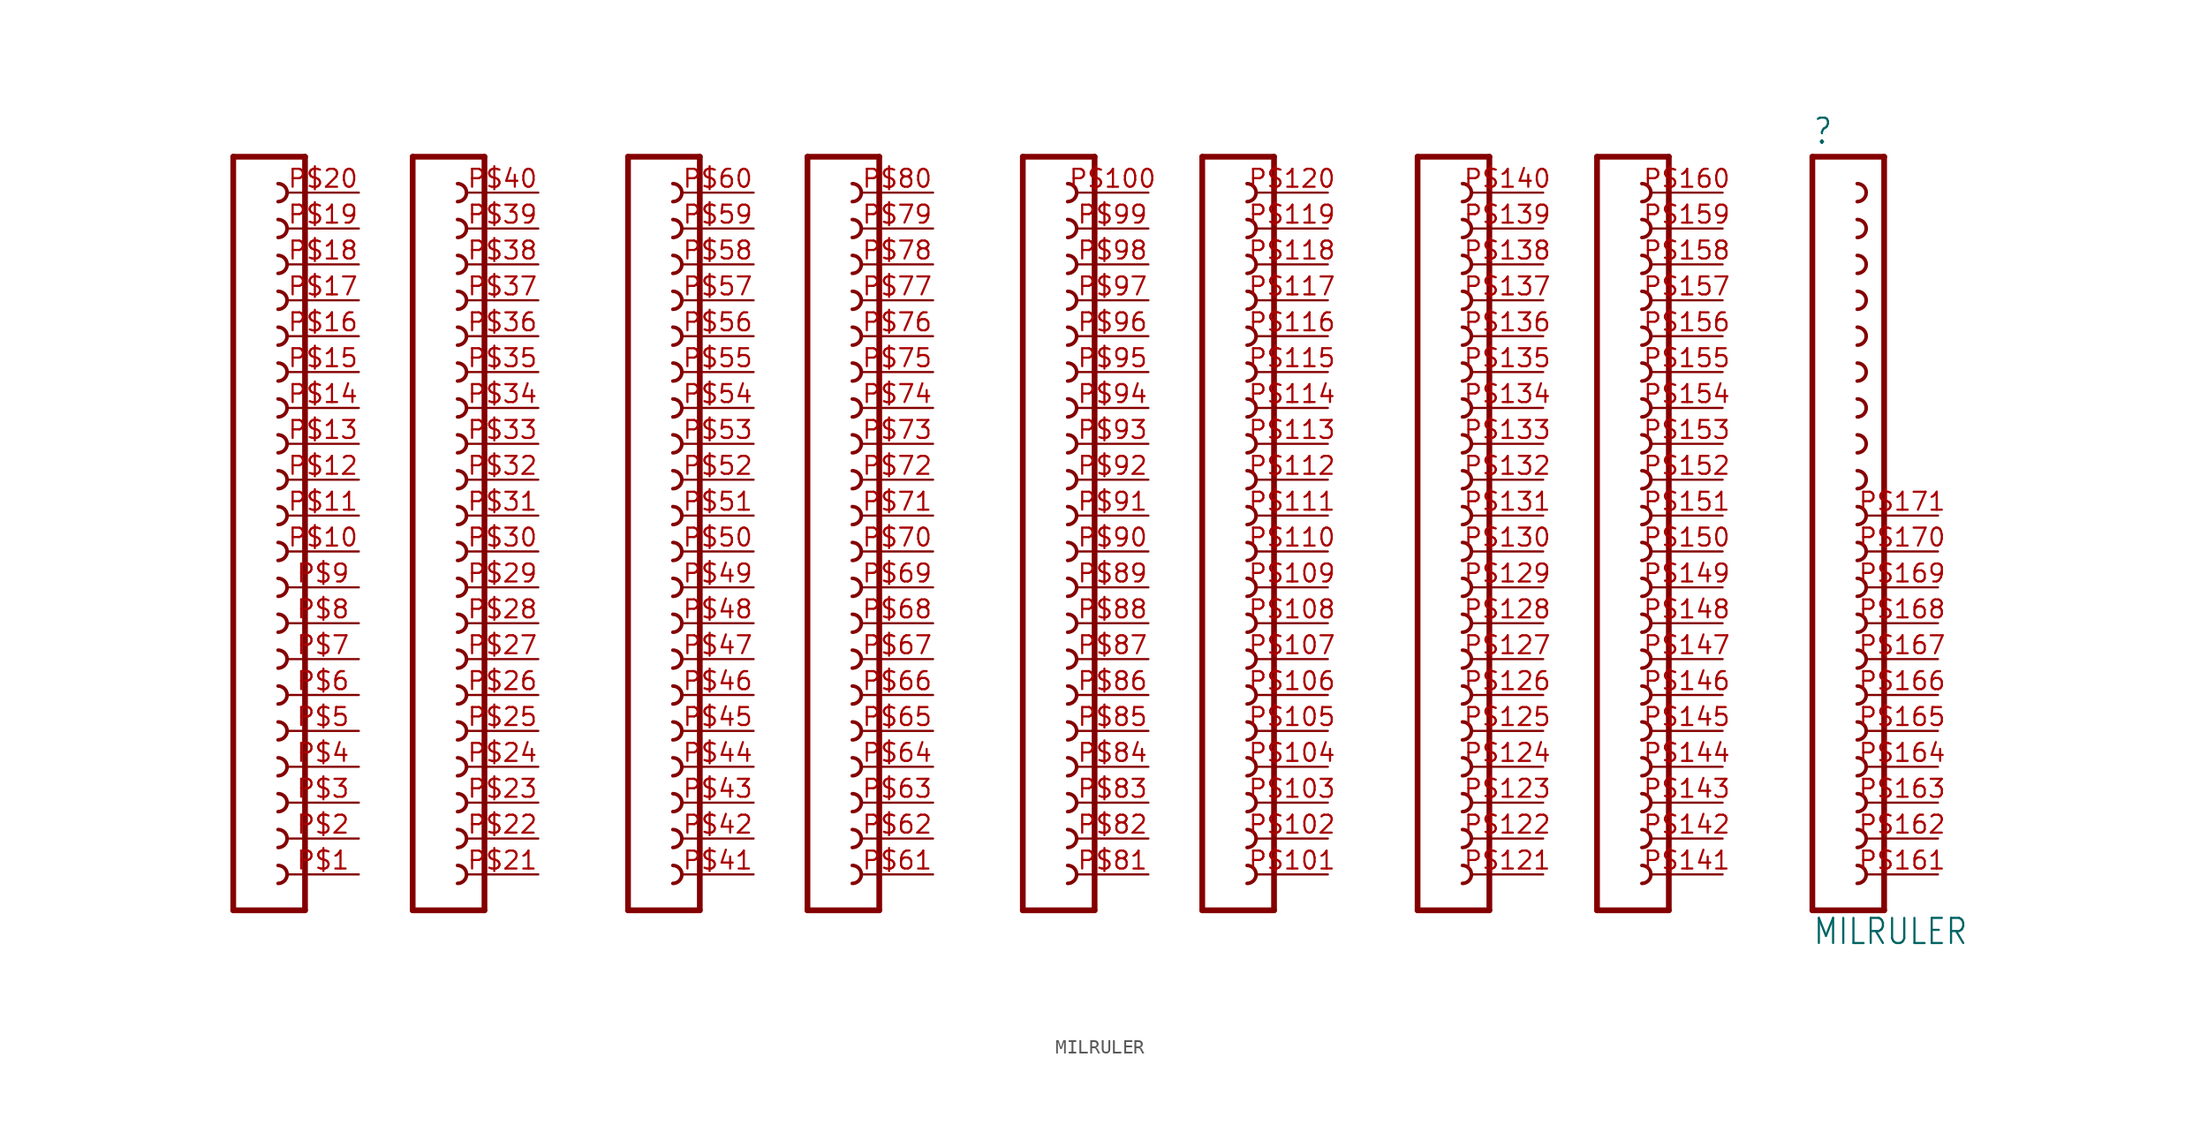
<source format=kicad_sym>
(kicad_symbol_lib
  (version 20211014)
  (generator kicad_symbol_editor)
  (symbol "MILRULER"
    (property "Reference" ""
      (at 107.95 28.702 0)
      (effects (font (size 1.778 1.511)) (justify left bottom)))
    (property "Value" "MILRULER"
      (at 107.95 -27.94 0)
      (effects (font (size 1.778 1.511)) (justify left bottom)))
    (property "ki_locked" ""
      (at 0 0 0)
      (effects (font (size 1.27 1.27))))
    (symbol "MILRULER_1_0"
      (arc (start -0.635 -23.495) (mid 0 -22.86) (end -0.635 -22.225) (stroke (width 0.254) (type default) (color 0 0 0 0)) (fill (type none)))
      (arc (start -0.635 -20.955) (mid 0 -20.32) (end -0.635 -19.685) (stroke (width 0.254) (type default) (color 0 0 0 0)) (fill (type none)))
      (arc (start -0.635 -18.415) (mid 0 -17.78) (end -0.635 -17.145) (stroke (width 0.254) (type default) (color 0 0 0 0)) (fill (type none)))
      (arc (start -0.635 -15.875) (mid 0 -15.24) (end -0.635 -14.605) (stroke (width 0.254) (type default) (color 0 0 0 0)) (fill (type none)))
      (arc (start -0.635 -13.335) (mid 0 -12.7) (end -0.635 -12.065) (stroke (width 0.254) (type default) (color 0 0 0 0)) (fill (type none)))
      (arc (start -0.635 -10.795) (mid 0 -10.16) (end -0.635 -9.525) (stroke (width 0.254) (type default) (color 0 0 0 0)) (fill (type none)))
      (arc (start -0.635 -8.255) (mid 0 -7.62) (end -0.635 -6.985) (stroke (width 0.254) (type default) (color 0 0 0 0)) (fill (type none)))
      (arc (start -0.635 -5.715) (mid 0 -5.08) (end -0.635 -4.445) (stroke (width 0.254) (type default) (color 0 0 0 0)) (fill (type none)))
      (arc (start -0.635 -3.175) (mid 0 -2.54) (end -0.635 -1.905) (stroke (width 0.254) (type default) (color 0 0 0 0)) (fill (type none)))
      (arc (start -0.635 -0.635) (mid 0 0) (end -0.635 0.635) (stroke (width 0.254) (type default) (color 0 0 0 0)) (fill (type none)))
      (arc (start -0.635 1.905) (mid 0 2.54) (end -0.635 3.175) (stroke (width 0.254) (type default) (color 0 0 0 0)) (fill (type none)))
      (arc (start -0.635 4.445) (mid 0 5.08) (end -0.635 5.715) (stroke (width 0.254) (type default) (color 0 0 0 0)) (fill (type none)))
      (arc (start -0.635 6.985) (mid 0 7.62) (end -0.635 8.255) (stroke (width 0.254) (type default) (color 0 0 0 0)) (fill (type none)))
      (arc (start -0.635 9.525) (mid 0 10.16) (end -0.635 10.795) (stroke (width 0.254) (type default) (color 0 0 0 0)) (fill (type none)))
      (arc (start -0.635 12.065) (mid 0 12.7) (end -0.635 13.335) (stroke (width 0.254) (type default) (color 0 0 0 0)) (fill (type none)))
      (arc (start -0.635 14.605) (mid 0 15.24) (end -0.635 15.875) (stroke (width 0.254) (type default) (color 0 0 0 0)) (fill (type none)))
      (arc (start -0.635 17.145) (mid 0 17.78) (end -0.635 18.415) (stroke (width 0.254) (type default) (color 0 0 0 0)) (fill (type none)))
      (arc (start -0.635 19.685) (mid 0 20.32) (end -0.635 20.955) (stroke (width 0.254) (type default) (color 0 0 0 0)) (fill (type none)))
      (arc (start -0.635 22.225) (mid 0 22.86) (end -0.635 23.495) (stroke (width 0.254) (type default) (color 0 0 0 0)) (fill (type none)))
      (arc (start -0.635 24.765) (mid 0 25.4) (end -0.635 26.035) (stroke (width 0.254) (type default) (color 0 0 0 0)) (fill (type none)))
      (polyline (pts (xy -3.81 27.94) (xy -3.81 -25.4)) (stroke (width 0.406) (type default) (color 0 0 0 0)) (fill (type none)))
      (polyline (pts (xy -3.81 27.94) (xy 1.27 27.94)) (stroke (width 0.406) (type default) (color 0 0 0 0)) (fill (type none)))
      (polyline (pts (xy 1.27 -25.4) (xy -3.81 -25.4)) (stroke (width 0.406) (type default) (color 0 0 0 0)) (fill (type none)))
      (polyline (pts (xy 1.27 -25.4) (xy 1.27 27.94)) (stroke (width 0.406) (type default) (color 0 0 0 0)) (fill (type none)))
      (polyline (pts (xy 8.89 27.94) (xy 8.89 -25.4)) (stroke (width 0.406) (type default) (color 0 0 0 0)) (fill (type none)))
      (polyline (pts (xy 8.89 27.94) (xy 13.97 27.94)) (stroke (width 0.406) (type default) (color 0 0 0 0)) (fill (type none)))
      (polyline (pts (xy 13.97 -25.4) (xy 8.89 -25.4)) (stroke (width 0.406) (type default) (color 0 0 0 0)) (fill (type none)))
      (polyline (pts (xy 13.97 -25.4) (xy 13.97 27.94)) (stroke (width 0.406) (type default) (color 0 0 0 0)) (fill (type none)))
      (polyline (pts (xy 24.13 27.94) (xy 24.13 -25.4)) (stroke (width 0.406) (type default) (color 0 0 0 0)) (fill (type none)))
      (polyline (pts (xy 24.13 27.94) (xy 29.21 27.94)) (stroke (width 0.406) (type default) (color 0 0 0 0)) (fill (type none)))
      (polyline (pts (xy 29.21 -25.4) (xy 24.13 -25.4)) (stroke (width 0.406) (type default) (color 0 0 0 0)) (fill (type none)))
      (polyline (pts (xy 29.21 -25.4) (xy 29.21 27.94)) (stroke (width 0.406) (type default) (color 0 0 0 0)) (fill (type none)))
      (polyline (pts (xy 36.83 27.94) (xy 36.83 -25.4)) (stroke (width 0.406) (type default) (color 0 0 0 0)) (fill (type none)))
      (polyline (pts (xy 36.83 27.94) (xy 41.91 27.94)) (stroke (width 0.406) (type default) (color 0 0 0 0)) (fill (type none)))
      (polyline (pts (xy 41.91 -25.4) (xy 36.83 -25.4)) (stroke (width 0.406) (type default) (color 0 0 0 0)) (fill (type none)))
      (polyline (pts (xy 41.91 -25.4) (xy 41.91 27.94)) (stroke (width 0.406) (type default) (color 0 0 0 0)) (fill (type none)))
      (polyline (pts (xy 52.07 27.94) (xy 52.07 -25.4)) (stroke (width 0.406) (type default) (color 0 0 0 0)) (fill (type none)))
      (polyline (pts (xy 52.07 27.94) (xy 57.15 27.94)) (stroke (width 0.406) (type default) (color 0 0 0 0)) (fill (type none)))
      (polyline (pts (xy 57.15 -25.4) (xy 52.07 -25.4)) (stroke (width 0.406) (type default) (color 0 0 0 0)) (fill (type none)))
      (polyline (pts (xy 57.15 -25.4) (xy 57.15 27.94)) (stroke (width 0.406) (type default) (color 0 0 0 0)) (fill (type none)))
      (polyline (pts (xy 64.77 27.94) (xy 64.77 -25.4)) (stroke (width 0.406) (type default) (color 0 0 0 0)) (fill (type none)))
      (polyline (pts (xy 64.77 27.94) (xy 69.85 27.94)) (stroke (width 0.406) (type default) (color 0 0 0 0)) (fill (type none)))
      (polyline (pts (xy 69.85 -25.4) (xy 64.77 -25.4)) (stroke (width 0.406) (type default) (color 0 0 0 0)) (fill (type none)))
      (polyline (pts (xy 69.85 -25.4) (xy 69.85 27.94)) (stroke (width 0.406) (type default) (color 0 0 0 0)) (fill (type none)))
      (polyline (pts (xy 80.01 27.94) (xy 80.01 -25.4)) (stroke (width 0.406) (type default) (color 0 0 0 0)) (fill (type none)))
      (polyline (pts (xy 80.01 27.94) (xy 85.09 27.94)) (stroke (width 0.406) (type default) (color 0 0 0 0)) (fill (type none)))
      (polyline (pts (xy 85.09 -25.4) (xy 80.01 -25.4)) (stroke (width 0.406) (type default) (color 0 0 0 0)) (fill (type none)))
      (polyline (pts (xy 85.09 -25.4) (xy 85.09 27.94)) (stroke (width 0.406) (type default) (color 0 0 0 0)) (fill (type none)))
      (polyline (pts (xy 92.71 27.94) (xy 92.71 -25.4)) (stroke (width 0.406) (type default) (color 0 0 0 0)) (fill (type none)))
      (polyline (pts (xy 92.71 27.94) (xy 97.79 27.94)) (stroke (width 0.406) (type default) (color 0 0 0 0)) (fill (type none)))
      (polyline (pts (xy 97.79 -25.4) (xy 92.71 -25.4)) (stroke (width 0.406) (type default) (color 0 0 0 0)) (fill (type none)))
      (polyline (pts (xy 97.79 -25.4) (xy 97.79 27.94)) (stroke (width 0.406) (type default) (color 0 0 0 0)) (fill (type none)))
      (polyline (pts (xy 107.95 27.94) (xy 107.95 -25.4)) (stroke (width 0.406) (type default) (color 0 0 0 0)) (fill (type none)))
      (polyline (pts (xy 107.95 27.94) (xy 113.03 27.94)) (stroke (width 0.406) (type default) (color 0 0 0 0)) (fill (type none)))
      (polyline (pts (xy 113.03 -25.4) (xy 107.95 -25.4)) (stroke (width 0.406) (type default) (color 0 0 0 0)) (fill (type none)))
      (polyline (pts (xy 113.03 -25.4) (xy 113.03 27.94)) (stroke (width 0.406) (type default) (color 0 0 0 0)) (fill (type none)))
      (arc (start 12.065 -23.495) (mid 12.7 -22.86) (end 12.065 -22.225) (stroke (width 0.254) (type default) (color 0 0 0 0)) (fill (type none)))
      (arc (start 12.065 -20.955) (mid 12.7 -20.32) (end 12.065 -19.685) (stroke (width 0.254) (type default) (color 0 0 0 0)) (fill (type none)))
      (arc (start 12.065 -18.415) (mid 12.7 -17.78) (end 12.065 -17.145) (stroke (width 0.254) (type default) (color 0 0 0 0)) (fill (type none)))
      (arc (start 12.065 -15.875) (mid 12.7 -15.24) (end 12.065 -14.605) (stroke (width 0.254) (type default) (color 0 0 0 0)) (fill (type none)))
      (arc (start 12.065 -13.335) (mid 12.7 -12.7) (end 12.065 -12.065) (stroke (width 0.254) (type default) (color 0 0 0 0)) (fill (type none)))
      (arc (start 12.065 -10.795) (mid 12.7 -10.16) (end 12.065 -9.525) (stroke (width 0.254) (type default) (color 0 0 0 0)) (fill (type none)))
      (arc (start 12.065 -8.255) (mid 12.7 -7.62) (end 12.065 -6.985) (stroke (width 0.254) (type default) (color 0 0 0 0)) (fill (type none)))
      (arc (start 12.065 -5.715) (mid 12.7 -5.08) (end 12.065 -4.445) (stroke (width 0.254) (type default) (color 0 0 0 0)) (fill (type none)))
      (arc (start 12.065 -3.175) (mid 12.7 -2.54) (end 12.065 -1.905) (stroke (width 0.254) (type default) (color 0 0 0 0)) (fill (type none)))
      (arc (start 12.065 -0.635) (mid 12.7 0) (end 12.065 0.635) (stroke (width 0.254) (type default) (color 0 0 0 0)) (fill (type none)))
      (arc (start 12.065 1.905) (mid 12.7 2.54) (end 12.065 3.175) (stroke (width 0.254) (type default) (color 0 0 0 0)) (fill (type none)))
      (arc (start 12.065 4.445) (mid 12.7 5.08) (end 12.065 5.715) (stroke (width 0.254) (type default) (color 0 0 0 0)) (fill (type none)))
      (arc (start 12.065 6.985) (mid 12.7 7.62) (end 12.065 8.255) (stroke (width 0.254) (type default) (color 0 0 0 0)) (fill (type none)))
      (arc (start 12.065 9.525) (mid 12.7 10.16) (end 12.065 10.795) (stroke (width 0.254) (type default) (color 0 0 0 0)) (fill (type none)))
      (arc (start 12.065 12.065) (mid 12.7 12.7) (end 12.065 13.335) (stroke (width 0.254) (type default) (color 0 0 0 0)) (fill (type none)))
      (arc (start 12.065 14.605) (mid 12.7 15.24) (end 12.065 15.875) (stroke (width 0.254) (type default) (color 0 0 0 0)) (fill (type none)))
      (arc (start 12.065 17.145) (mid 12.7 17.78) (end 12.065 18.415) (stroke (width 0.254) (type default) (color 0 0 0 0)) (fill (type none)))
      (arc (start 12.065 19.685) (mid 12.7 20.32) (end 12.065 20.955) (stroke (width 0.254) (type default) (color 0 0 0 0)) (fill (type none)))
      (arc (start 12.065 22.225) (mid 12.7 22.86) (end 12.065 23.495) (stroke (width 0.254) (type default) (color 0 0 0 0)) (fill (type none)))
      (arc (start 12.065 24.765) (mid 12.7 25.4) (end 12.065 26.035) (stroke (width 0.254) (type default) (color 0 0 0 0)) (fill (type none)))
      (arc (start 27.305 -23.495) (mid 27.94 -22.86) (end 27.305 -22.225) (stroke (width 0.254) (type default) (color 0 0 0 0)) (fill (type none)))
      (arc (start 27.305 -20.955) (mid 27.94 -20.32) (end 27.305 -19.685) (stroke (width 0.254) (type default) (color 0 0 0 0)) (fill (type none)))
      (arc (start 27.305 -18.415) (mid 27.94 -17.78) (end 27.305 -17.145) (stroke (width 0.254) (type default) (color 0 0 0 0)) (fill (type none)))
      (arc (start 27.305 -15.875) (mid 27.94 -15.24) (end 27.305 -14.605) (stroke (width 0.254) (type default) (color 0 0 0 0)) (fill (type none)))
      (arc (start 27.305 -13.335) (mid 27.94 -12.7) (end 27.305 -12.065) (stroke (width 0.254) (type default) (color 0 0 0 0)) (fill (type none)))
      (arc (start 27.305 -10.795) (mid 27.94 -10.16) (end 27.305 -9.525) (stroke (width 0.254) (type default) (color 0 0 0 0)) (fill (type none)))
      (arc (start 27.305 -8.255) (mid 27.94 -7.62) (end 27.305 -6.985) (stroke (width 0.254) (type default) (color 0 0 0 0)) (fill (type none)))
      (arc (start 27.305 -5.715) (mid 27.94 -5.08) (end 27.305 -4.445) (stroke (width 0.254) (type default) (color 0 0 0 0)) (fill (type none)))
      (arc (start 27.305 -3.175) (mid 27.94 -2.54) (end 27.305 -1.905) (stroke (width 0.254) (type default) (color 0 0 0 0)) (fill (type none)))
      (arc (start 27.305 -0.635) (mid 27.94 0) (end 27.305 0.635) (stroke (width 0.254) (type default) (color 0 0 0 0)) (fill (type none)))
      (arc (start 27.305 1.905) (mid 27.94 2.54) (end 27.305 3.175) (stroke (width 0.254) (type default) (color 0 0 0 0)) (fill (type none)))
      (arc (start 27.305 4.445) (mid 27.94 5.08) (end 27.305 5.715) (stroke (width 0.254) (type default) (color 0 0 0 0)) (fill (type none)))
      (arc (start 27.305 6.985) (mid 27.94 7.62) (end 27.305 8.255) (stroke (width 0.254) (type default) (color 0 0 0 0)) (fill (type none)))
      (arc (start 27.305 9.525) (mid 27.94 10.16) (end 27.305 10.795) (stroke (width 0.254) (type default) (color 0 0 0 0)) (fill (type none)))
      (arc (start 27.305 12.065) (mid 27.94 12.7) (end 27.305 13.335) (stroke (width 0.254) (type default) (color 0 0 0 0)) (fill (type none)))
      (arc (start 27.305 14.605) (mid 27.94 15.24) (end 27.305 15.875) (stroke (width 0.254) (type default) (color 0 0 0 0)) (fill (type none)))
      (arc (start 27.305 17.145) (mid 27.94 17.78) (end 27.305 18.415) (stroke (width 0.254) (type default) (color 0 0 0 0)) (fill (type none)))
      (arc (start 27.305 19.685) (mid 27.94 20.32) (end 27.305 20.955) (stroke (width 0.254) (type default) (color 0 0 0 0)) (fill (type none)))
      (arc (start 27.305 22.225) (mid 27.94 22.86) (end 27.305 23.495) (stroke (width 0.254) (type default) (color 0 0 0 0)) (fill (type none)))
      (arc (start 27.305 24.765) (mid 27.94 25.4) (end 27.305 26.035) (stroke (width 0.254) (type default) (color 0 0 0 0)) (fill (type none)))
      (arc (start 40.005 -23.495) (mid 40.64 -22.86) (end 40.005 -22.225) (stroke (width 0.254) (type default) (color 0 0 0 0)) (fill (type none)))
      (arc (start 40.005 -20.955) (mid 40.64 -20.32) (end 40.005 -19.685) (stroke (width 0.254) (type default) (color 0 0 0 0)) (fill (type none)))
      (arc (start 40.005 -18.415) (mid 40.64 -17.78) (end 40.005 -17.145) (stroke (width 0.254) (type default) (color 0 0 0 0)) (fill (type none)))
      (arc (start 40.005 -15.875) (mid 40.64 -15.24) (end 40.005 -14.605) (stroke (width 0.254) (type default) (color 0 0 0 0)) (fill (type none)))
      (arc (start 40.005 -13.335) (mid 40.64 -12.7) (end 40.005 -12.065) (stroke (width 0.254) (type default) (color 0 0 0 0)) (fill (type none)))
      (arc (start 40.005 -10.795) (mid 40.64 -10.16) (end 40.005 -9.525) (stroke (width 0.254) (type default) (color 0 0 0 0)) (fill (type none)))
      (arc (start 40.005 -8.255) (mid 40.64 -7.62) (end 40.005 -6.985) (stroke (width 0.254) (type default) (color 0 0 0 0)) (fill (type none)))
      (arc (start 40.005 -5.715) (mid 40.64 -5.08) (end 40.005 -4.445) (stroke (width 0.254) (type default) (color 0 0 0 0)) (fill (type none)))
      (arc (start 40.005 -3.175) (mid 40.64 -2.54) (end 40.005 -1.905) (stroke (width 0.254) (type default) (color 0 0 0 0)) (fill (type none)))
      (arc (start 40.005 -0.635) (mid 40.64 0) (end 40.005 0.635) (stroke (width 0.254) (type default) (color 0 0 0 0)) (fill (type none)))
      (arc (start 40.005 1.905) (mid 40.64 2.54) (end 40.005 3.175) (stroke (width 0.254) (type default) (color 0 0 0 0)) (fill (type none)))
      (arc (start 40.005 4.445) (mid 40.64 5.08) (end 40.005 5.715) (stroke (width 0.254) (type default) (color 0 0 0 0)) (fill (type none)))
      (arc (start 40.005 6.985) (mid 40.64 7.62) (end 40.005 8.255) (stroke (width 0.254) (type default) (color 0 0 0 0)) (fill (type none)))
      (arc (start 40.005 9.525) (mid 40.64 10.16) (end 40.005 10.795) (stroke (width 0.254) (type default) (color 0 0 0 0)) (fill (type none)))
      (arc (start 40.005 12.065) (mid 40.64 12.7) (end 40.005 13.335) (stroke (width 0.254) (type default) (color 0 0 0 0)) (fill (type none)))
      (arc (start 40.005 14.605) (mid 40.64 15.24) (end 40.005 15.875) (stroke (width 0.254) (type default) (color 0 0 0 0)) (fill (type none)))
      (arc (start 40.005 17.145) (mid 40.64 17.78) (end 40.005 18.415) (stroke (width 0.254) (type default) (color 0 0 0 0)) (fill (type none)))
      (arc (start 40.005 19.685) (mid 40.64 20.32) (end 40.005 20.955) (stroke (width 0.254) (type default) (color 0 0 0 0)) (fill (type none)))
      (arc (start 40.005 22.225) (mid 40.64 22.86) (end 40.005 23.495) (stroke (width 0.254) (type default) (color 0 0 0 0)) (fill (type none)))
      (arc (start 40.005 24.765) (mid 40.64 25.4) (end 40.005 26.035) (stroke (width 0.254) (type default) (color 0 0 0 0)) (fill (type none)))
      (arc (start 55.245 -23.495) (mid 55.885 -22.86) (end 55.245 -22.225) (stroke (width 0.254) (type default) (color 0 0 0 0)) (fill (type none)))
      (arc (start 55.245 -20.955) (mid 55.885 -20.32) (end 55.245 -19.685) (stroke (width 0.254) (type default) (color 0 0 0 0)) (fill (type none)))
      (arc (start 55.245 -18.415) (mid 55.885 -17.78) (end 55.245 -17.145) (stroke (width 0.254) (type default) (color 0 0 0 0)) (fill (type none)))
      (arc (start 55.245 -15.875) (mid 55.885 -15.24) (end 55.245 -14.605) (stroke (width 0.254) (type default) (color 0 0 0 0)) (fill (type none)))
      (arc (start 55.245 -13.335) (mid 55.885 -12.7) (end 55.245 -12.065) (stroke (width 0.254) (type default) (color 0 0 0 0)) (fill (type none)))
      (arc (start 55.245 -10.795) (mid 55.885 -10.16) (end 55.245 -9.525) (stroke (width 0.254) (type default) (color 0 0 0 0)) (fill (type none)))
      (arc (start 55.245 -8.255) (mid 55.885 -7.62) (end 55.245 -6.985) (stroke (width 0.254) (type default) (color 0 0 0 0)) (fill (type none)))
      (arc (start 55.245 -5.715) (mid 55.885 -5.08) (end 55.245 -4.445) (stroke (width 0.254) (type default) (color 0 0 0 0)) (fill (type none)))
      (arc (start 55.245 -3.175) (mid 55.885 -2.54) (end 55.245 -1.905) (stroke (width 0.254) (type default) (color 0 0 0 0)) (fill (type none)))
      (arc (start 55.245 -0.635) (mid 55.885 0) (end 55.245 0.635) (stroke (width 0.254) (type default) (color 0 0 0 0)) (fill (type none)))
      (arc (start 55.245 1.905) (mid 55.885 2.54) (end 55.245 3.175) (stroke (width 0.254) (type default) (color 0 0 0 0)) (fill (type none)))
      (arc (start 55.245 4.445) (mid 55.885 5.08) (end 55.245 5.715) (stroke (width 0.254) (type default) (color 0 0 0 0)) (fill (type none)))
      (arc (start 55.245 6.985) (mid 55.885 7.62) (end 55.245 8.255) (stroke (width 0.254) (type default) (color 0 0 0 0)) (fill (type none)))
      (arc (start 55.245 9.525) (mid 55.885 10.16) (end 55.245 10.795) (stroke (width 0.254) (type default) (color 0 0 0 0)) (fill (type none)))
      (arc (start 55.245 12.065) (mid 55.885 12.7) (end 55.245 13.335) (stroke (width 0.254) (type default) (color 0 0 0 0)) (fill (type none)))
      (arc (start 55.245 14.605) (mid 55.885 15.24) (end 55.245 15.875) (stroke (width 0.254) (type default) (color 0 0 0 0)) (fill (type none)))
      (arc (start 55.245 17.145) (mid 55.885 17.78) (end 55.245 18.415) (stroke (width 0.254) (type default) (color 0 0 0 0)) (fill (type none)))
      (arc (start 55.245 19.685) (mid 55.885 20.32) (end 55.245 20.955) (stroke (width 0.254) (type default) (color 0 0 0 0)) (fill (type none)))
      (arc (start 55.245 22.225) (mid 55.885 22.86) (end 55.245 23.495) (stroke (width 0.254) (type default) (color 0 0 0 0)) (fill (type none)))
      (arc (start 55.245 24.765) (mid 55.885 25.4) (end 55.245 26.035) (stroke (width 0.254) (type default) (color 0 0 0 0)) (fill (type none)))
      (arc (start 67.945 -23.495) (mid 68.585 -22.86) (end 67.945 -22.225) (stroke (width 0.254) (type default) (color 0 0 0 0)) (fill (type none)))
      (arc (start 67.945 -20.955) (mid 68.585 -20.32) (end 67.945 -19.685) (stroke (width 0.254) (type default) (color 0 0 0 0)) (fill (type none)))
      (arc (start 67.945 -18.415) (mid 68.585 -17.78) (end 67.945 -17.145) (stroke (width 0.254) (type default) (color 0 0 0 0)) (fill (type none)))
      (arc (start 67.945 -15.875) (mid 68.585 -15.24) (end 67.945 -14.605) (stroke (width 0.254) (type default) (color 0 0 0 0)) (fill (type none)))
      (arc (start 67.945 -13.335) (mid 68.585 -12.7) (end 67.945 -12.065) (stroke (width 0.254) (type default) (color 0 0 0 0)) (fill (type none)))
      (arc (start 67.945 -10.795) (mid 68.585 -10.16) (end 67.945 -9.525) (stroke (width 0.254) (type default) (color 0 0 0 0)) (fill (type none)))
      (arc (start 67.945 -8.255) (mid 68.585 -7.62) (end 67.945 -6.985) (stroke (width 0.254) (type default) (color 0 0 0 0)) (fill (type none)))
      (arc (start 67.945 -5.715) (mid 68.585 -5.08) (end 67.945 -4.445) (stroke (width 0.254) (type default) (color 0 0 0 0)) (fill (type none)))
      (arc (start 67.945 -3.175) (mid 68.585 -2.54) (end 67.945 -1.905) (stroke (width 0.254) (type default) (color 0 0 0 0)) (fill (type none)))
      (arc (start 67.945 -0.635) (mid 68.585 0) (end 67.945 0.635) (stroke (width 0.254) (type default) (color 0 0 0 0)) (fill (type none)))
      (arc (start 67.945 1.905) (mid 68.585 2.54) (end 67.945 3.175) (stroke (width 0.254) (type default) (color 0 0 0 0)) (fill (type none)))
      (arc (start 67.945 4.445) (mid 68.585 5.08) (end 67.945 5.715) (stroke (width 0.254) (type default) (color 0 0 0 0)) (fill (type none)))
      (arc (start 67.945 6.985) (mid 68.585 7.62) (end 67.945 8.255) (stroke (width 0.254) (type default) (color 0 0 0 0)) (fill (type none)))
      (arc (start 67.945 9.525) (mid 68.585 10.16) (end 67.945 10.795) (stroke (width 0.254) (type default) (color 0 0 0 0)) (fill (type none)))
      (arc (start 67.945 12.065) (mid 68.585 12.7) (end 67.945 13.335) (stroke (width 0.254) (type default) (color 0 0 0 0)) (fill (type none)))
      (arc (start 67.945 14.605) (mid 68.585 15.24) (end 67.945 15.875) (stroke (width 0.254) (type default) (color 0 0 0 0)) (fill (type none)))
      (arc (start 67.945 17.145) (mid 68.585 17.78) (end 67.945 18.415) (stroke (width 0.254) (type default) (color 0 0 0 0)) (fill (type none)))
      (arc (start 67.945 19.685) (mid 68.585 20.32) (end 67.945 20.955) (stroke (width 0.254) (type default) (color 0 0 0 0)) (fill (type none)))
      (arc (start 67.945 22.225) (mid 68.585 22.86) (end 67.945 23.495) (stroke (width 0.254) (type default) (color 0 0 0 0)) (fill (type none)))
      (arc (start 67.945 24.765) (mid 68.585 25.4) (end 67.945 26.035) (stroke (width 0.254) (type default) (color 0 0 0 0)) (fill (type none)))
      (arc (start 83.185 -23.495) (mid 83.825 -22.86) (end 83.185 -22.225) (stroke (width 0.254) (type default) (color 0 0 0 0)) (fill (type none)))
      (arc (start 83.185 -20.955) (mid 83.825 -20.32) (end 83.185 -19.685) (stroke (width 0.254) (type default) (color 0 0 0 0)) (fill (type none)))
      (arc (start 83.185 -18.415) (mid 83.825 -17.78) (end 83.185 -17.145) (stroke (width 0.254) (type default) (color 0 0 0 0)) (fill (type none)))
      (arc (start 83.185 -15.875) (mid 83.825 -15.24) (end 83.185 -14.605) (stroke (width 0.254) (type default) (color 0 0 0 0)) (fill (type none)))
      (arc (start 83.185 -13.335) (mid 83.825 -12.7) (end 83.185 -12.065) (stroke (width 0.254) (type default) (color 0 0 0 0)) (fill (type none)))
      (arc (start 83.185 -10.795) (mid 83.825 -10.16) (end 83.185 -9.525) (stroke (width 0.254) (type default) (color 0 0 0 0)) (fill (type none)))
      (arc (start 83.185 -8.255) (mid 83.825 -7.62) (end 83.185 -6.985) (stroke (width 0.254) (type default) (color 0 0 0 0)) (fill (type none)))
      (arc (start 83.185 -5.715) (mid 83.825 -5.08) (end 83.185 -4.445) (stroke (width 0.254) (type default) (color 0 0 0 0)) (fill (type none)))
      (arc (start 83.185 -3.175) (mid 83.825 -2.54) (end 83.185 -1.905) (stroke (width 0.254) (type default) (color 0 0 0 0)) (fill (type none)))
      (arc (start 83.185 -0.635) (mid 83.825 0) (end 83.185 0.635) (stroke (width 0.254) (type default) (color 0 0 0 0)) (fill (type none)))
      (arc (start 83.185 1.905) (mid 83.825 2.54) (end 83.185 3.175) (stroke (width 0.254) (type default) (color 0 0 0 0)) (fill (type none)))
      (arc (start 83.185 4.445) (mid 83.825 5.08) (end 83.185 5.715) (stroke (width 0.254) (type default) (color 0 0 0 0)) (fill (type none)))
      (arc (start 83.185 6.985) (mid 83.825 7.62) (end 83.185 8.255) (stroke (width 0.254) (type default) (color 0 0 0 0)) (fill (type none)))
      (arc (start 83.185 9.525) (mid 83.825 10.16) (end 83.185 10.795) (stroke (width 0.254) (type default) (color 0 0 0 0)) (fill (type none)))
      (arc (start 83.185 12.065) (mid 83.825 12.7) (end 83.185 13.335) (stroke (width 0.254) (type default) (color 0 0 0 0)) (fill (type none)))
      (arc (start 83.185 14.605) (mid 83.825 15.24) (end 83.185 15.875) (stroke (width 0.254) (type default) (color 0 0 0 0)) (fill (type none)))
      (arc (start 83.185 17.145) (mid 83.825 17.78) (end 83.185 18.415) (stroke (width 0.254) (type default) (color 0 0 0 0)) (fill (type none)))
      (arc (start 83.185 19.685) (mid 83.825 20.32) (end 83.185 20.955) (stroke (width 0.254) (type default) (color 0 0 0 0)) (fill (type none)))
      (arc (start 83.185 22.225) (mid 83.825 22.86) (end 83.185 23.495) (stroke (width 0.254) (type default) (color 0 0 0 0)) (fill (type none)))
      (arc (start 83.185 24.765) (mid 83.825 25.4) (end 83.185 26.035) (stroke (width 0.254) (type default) (color 0 0 0 0)) (fill (type none)))
      (arc (start 95.885 -23.495) (mid 96.525 -22.86) (end 95.885 -22.225) (stroke (width 0.254) (type default) (color 0 0 0 0)) (fill (type none)))
      (arc (start 95.885 -20.955) (mid 96.525 -20.32) (end 95.885 -19.685) (stroke (width 0.254) (type default) (color 0 0 0 0)) (fill (type none)))
      (arc (start 95.885 -18.415) (mid 96.525 -17.78) (end 95.885 -17.145) (stroke (width 0.254) (type default) (color 0 0 0 0)) (fill (type none)))
      (arc (start 95.885 -15.875) (mid 96.525 -15.24) (end 95.885 -14.605) (stroke (width 0.254) (type default) (color 0 0 0 0)) (fill (type none)))
      (arc (start 95.885 -13.335) (mid 96.525 -12.7) (end 95.885 -12.065) (stroke (width 0.254) (type default) (color 0 0 0 0)) (fill (type none)))
      (arc (start 95.885 -10.795) (mid 96.525 -10.16) (end 95.885 -9.525) (stroke (width 0.254) (type default) (color 0 0 0 0)) (fill (type none)))
      (arc (start 95.885 -8.255) (mid 96.525 -7.62) (end 95.885 -6.985) (stroke (width 0.254) (type default) (color 0 0 0 0)) (fill (type none)))
      (arc (start 95.885 -5.715) (mid 96.525 -5.08) (end 95.885 -4.445) (stroke (width 0.254) (type default) (color 0 0 0 0)) (fill (type none)))
      (arc (start 95.885 -3.175) (mid 96.525 -2.54) (end 95.885 -1.905) (stroke (width 0.254) (type default) (color 0 0 0 0)) (fill (type none)))
      (arc (start 95.885 -0.635) (mid 96.525 0) (end 95.885 0.635) (stroke (width 0.254) (type default) (color 0 0 0 0)) (fill (type none)))
      (arc (start 95.885 1.905) (mid 96.525 2.54) (end 95.885 3.175) (stroke (width 0.254) (type default) (color 0 0 0 0)) (fill (type none)))
      (arc (start 95.885 4.445) (mid 96.525 5.08) (end 95.885 5.715) (stroke (width 0.254) (type default) (color 0 0 0 0)) (fill (type none)))
      (arc (start 95.885 6.985) (mid 96.525 7.62) (end 95.885 8.255) (stroke (width 0.254) (type default) (color 0 0 0 0)) (fill (type none)))
      (arc (start 95.885 9.525) (mid 96.525 10.16) (end 95.885 10.795) (stroke (width 0.254) (type default) (color 0 0 0 0)) (fill (type none)))
      (arc (start 95.885 12.065) (mid 96.525 12.7) (end 95.885 13.335) (stroke (width 0.254) (type default) (color 0 0 0 0)) (fill (type none)))
      (arc (start 95.885 14.605) (mid 96.525 15.24) (end 95.885 15.875) (stroke (width 0.254) (type default) (color 0 0 0 0)) (fill (type none)))
      (arc (start 95.885 17.145) (mid 96.525 17.78) (end 95.885 18.415) (stroke (width 0.254) (type default) (color 0 0 0 0)) (fill (type none)))
      (arc (start 95.885 19.685) (mid 96.525 20.32) (end 95.885 20.955) (stroke (width 0.254) (type default) (color 0 0 0 0)) (fill (type none)))
      (arc (start 95.885 22.225) (mid 96.525 22.86) (end 95.885 23.495) (stroke (width 0.254) (type default) (color 0 0 0 0)) (fill (type none)))
      (arc (start 95.885 24.765) (mid 96.525 25.4) (end 95.885 26.035) (stroke (width 0.254) (type default) (color 0 0 0 0)) (fill (type none)))
      (arc (start 111.125 -23.495) (mid 111.765 -22.86) (end 111.125 -22.225) (stroke (width 0.254) (type default) (color 0 0 0 0)) (fill (type none)))
      (arc (start 111.125 -20.955) (mid 111.765 -20.32) (end 111.125 -19.685) (stroke (width 0.254) (type default) (color 0 0 0 0)) (fill (type none)))
      (arc (start 111.125 -18.415) (mid 111.765 -17.78) (end 111.125 -17.145) (stroke (width 0.254) (type default) (color 0 0 0 0)) (fill (type none)))
      (arc (start 111.125 -15.875) (mid 111.765 -15.24) (end 111.125 -14.605) (stroke (width 0.254) (type default) (color 0 0 0 0)) (fill (type none)))
      (arc (start 111.125 -13.335) (mid 111.765 -12.7) (end 111.125 -12.065) (stroke (width 0.254) (type default) (color 0 0 0 0)) (fill (type none)))
      (arc (start 111.125 -10.795) (mid 111.765 -10.16) (end 111.125 -9.525) (stroke (width 0.254) (type default) (color 0 0 0 0)) (fill (type none)))
      (arc (start 111.125 -8.255) (mid 111.765 -7.62) (end 111.125 -6.985) (stroke (width 0.254) (type default) (color 0 0 0 0)) (fill (type none)))
      (arc (start 111.125 -5.715) (mid 111.765 -5.08) (end 111.125 -4.445) (stroke (width 0.254) (type default) (color 0 0 0 0)) (fill (type none)))
      (arc (start 111.125 -3.175) (mid 111.765 -2.54) (end 111.125 -1.905) (stroke (width 0.254) (type default) (color 0 0 0 0)) (fill (type none)))
      (arc (start 111.125 -0.635) (mid 111.765 0) (end 111.125 0.635) (stroke (width 0.254) (type default) (color 0 0 0 0)) (fill (type none)))
      (arc (start 111.125 1.905) (mid 111.765 2.54) (end 111.125 3.175) (stroke (width 0.254) (type default) (color 0 0 0 0)) (fill (type none)))
      (arc (start 111.125 4.445) (mid 111.765 5.08) (end 111.125 5.715) (stroke (width 0.254) (type default) (color 0 0 0 0)) (fill (type none)))
      (arc (start 111.125 6.985) (mid 111.765 7.62) (end 111.125 8.255) (stroke (width 0.254) (type default) (color 0 0 0 0)) (fill (type none)))
      (arc (start 111.125 9.525) (mid 111.765 10.16) (end 111.125 10.795) (stroke (width 0.254) (type default) (color 0 0 0 0)) (fill (type none)))
      (arc (start 111.125 12.065) (mid 111.765 12.7) (end 111.125 13.335) (stroke (width 0.254) (type default) (color 0 0 0 0)) (fill (type none)))
      (arc (start 111.125 14.605) (mid 111.765 15.24) (end 111.125 15.875) (stroke (width 0.254) (type default) (color 0 0 0 0)) (fill (type none)))
      (arc (start 111.125 17.145) (mid 111.765 17.78) (end 111.125 18.415) (stroke (width 0.254) (type default) (color 0 0 0 0)) (fill (type none)))
      (arc (start 111.125 19.685) (mid 111.765 20.32) (end 111.125 20.955) (stroke (width 0.254) (type default) (color 0 0 0 0)) (fill (type none)))
      (arc (start 111.125 22.225) (mid 111.765 22.86) (end 111.125 23.495) (stroke (width 0.254) (type default) (color 0 0 0 0)) (fill (type none)))
      (arc (start 111.125 24.765) (mid 111.765 25.4) (end 111.125 26.035) (stroke (width 0.254) (type default) (color 0 0 0 0)) (fill (type none)))
      (pin passive line (at 5.08 -22.86 180) (length 5.08) (name "1" (effects (font (size 0 0)))) (number "P$1" (effects (font (size 1.27 1.27)))))
      (pin passive line (at 5.08 0 180) (length 5.08) (name "10" (effects (font (size 0 0)))) (number "P$10" (effects (font (size 1.27 1.27)))))
      (pin passive line (at 60.96 25.4 180) (length 5.08) (name "100" (effects (font (size 0 0)))) (number "P$100" (effects (font (size 1.27 1.27)))))
      (pin passive line (at 73.66 -22.86 180) (length 5.08) (name "101" (effects (font (size 0 0)))) (number "P$101" (effects (font (size 1.27 1.27)))))
      (pin passive line (at 73.66 -20.32 180) (length 5.08) (name "102" (effects (font (size 0 0)))) (number "P$102" (effects (font (size 1.27 1.27)))))
      (pin passive line (at 73.66 -17.78 180) (length 5.08) (name "103" (effects (font (size 0 0)))) (number "P$103" (effects (font (size 1.27 1.27)))))
      (pin passive line (at 73.66 -15.24 180) (length 5.08) (name "104" (effects (font (size 0 0)))) (number "P$104" (effects (font (size 1.27 1.27)))))
      (pin passive line (at 73.66 -12.7 180) (length 5.08) (name "105" (effects (font (size 0 0)))) (number "P$105" (effects (font (size 1.27 1.27)))))
      (pin passive line (at 73.66 -10.16 180) (length 5.08) (name "106" (effects (font (size 0 0)))) (number "P$106" (effects (font (size 1.27 1.27)))))
      (pin passive line (at 73.66 -7.62 180) (length 5.08) (name "107" (effects (font (size 0 0)))) (number "P$107" (effects (font (size 1.27 1.27)))))
      (pin passive line (at 73.66 -5.08 180) (length 5.08) (name "108" (effects (font (size 0 0)))) (number "P$108" (effects (font (size 1.27 1.27)))))
      (pin passive line (at 73.66 -2.54 180) (length 5.08) (name "109" (effects (font (size 0 0)))) (number "P$109" (effects (font (size 1.27 1.27)))))
      (pin passive line (at 5.08 2.54 180) (length 5.08) (name "11" (effects (font (size 0 0)))) (number "P$11" (effects (font (size 1.27 1.27)))))
      (pin passive line (at 73.66 0 180) (length 5.08) (name "110" (effects (font (size 0 0)))) (number "P$110" (effects (font (size 1.27 1.27)))))
      (pin passive line (at 73.66 2.54 180) (length 5.08) (name "111" (effects (font (size 0 0)))) (number "P$111" (effects (font (size 1.27 1.27)))))
      (pin passive line (at 73.66 5.08 180) (length 5.08) (name "112" (effects (font (size 0 0)))) (number "P$112" (effects (font (size 1.27 1.27)))))
      (pin passive line (at 73.66 7.62 180) (length 5.08) (name "113" (effects (font (size 0 0)))) (number "P$113" (effects (font (size 1.27 1.27)))))
      (pin passive line (at 73.66 10.16 180) (length 5.08) (name "114" (effects (font (size 0 0)))) (number "P$114" (effects (font (size 1.27 1.27)))))
      (pin passive line (at 73.66 12.7 180) (length 5.08) (name "115" (effects (font (size 0 0)))) (number "P$115" (effects (font (size 1.27 1.27)))))
      (pin passive line (at 73.66 15.24 180) (length 5.08) (name "116" (effects (font (size 0 0)))) (number "P$116" (effects (font (size 1.27 1.27)))))
      (pin passive line (at 73.66 17.78 180) (length 5.08) (name "117" (effects (font (size 0 0)))) (number "P$117" (effects (font (size 1.27 1.27)))))
      (pin passive line (at 73.66 20.32 180) (length 5.08) (name "118" (effects (font (size 0 0)))) (number "P$118" (effects (font (size 1.27 1.27)))))
      (pin passive line (at 73.66 22.86 180) (length 5.08) (name "119" (effects (font (size 0 0)))) (number "P$119" (effects (font (size 1.27 1.27)))))
      (pin passive line (at 5.08 5.08 180) (length 5.08) (name "12" (effects (font (size 0 0)))) (number "P$12" (effects (font (size 1.27 1.27)))))
      (pin passive line (at 73.66 25.4 180) (length 5.08) (name "120" (effects (font (size 0 0)))) (number "P$120" (effects (font (size 1.27 1.27)))))
      (pin passive line (at 88.9 -22.86 180) (length 5.08) (name "121" (effects (font (size 0 0)))) (number "P$121" (effects (font (size 1.27 1.27)))))
      (pin passive line (at 88.9 -20.32 180) (length 5.08) (name "122" (effects (font (size 0 0)))) (number "P$122" (effects (font (size 1.27 1.27)))))
      (pin passive line (at 88.9 -17.78 180) (length 5.08) (name "123" (effects (font (size 0 0)))) (number "P$123" (effects (font (size 1.27 1.27)))))
      (pin passive line (at 88.9 -15.24 180) (length 5.08) (name "124" (effects (font (size 0 0)))) (number "P$124" (effects (font (size 1.27 1.27)))))
      (pin passive line (at 88.9 -12.7 180) (length 5.08) (name "125" (effects (font (size 0 0)))) (number "P$125" (effects (font (size 1.27 1.27)))))
      (pin passive line (at 88.9 -10.16 180) (length 5.08) (name "126" (effects (font (size 0 0)))) (number "P$126" (effects (font (size 1.27 1.27)))))
      (pin passive line (at 88.9 -7.62 180) (length 5.08) (name "127" (effects (font (size 0 0)))) (number "P$127" (effects (font (size 1.27 1.27)))))
      (pin passive line (at 88.9 -5.08 180) (length 5.08) (name "128" (effects (font (size 0 0)))) (number "P$128" (effects (font (size 1.27 1.27)))))
      (pin passive line (at 88.9 -2.54 180) (length 5.08) (name "129" (effects (font (size 0 0)))) (number "P$129" (effects (font (size 1.27 1.27)))))
      (pin passive line (at 5.08 7.62 180) (length 5.08) (name "13" (effects (font (size 0 0)))) (number "P$13" (effects (font (size 1.27 1.27)))))
      (pin passive line (at 88.9 0 180) (length 5.08) (name "130" (effects (font (size 0 0)))) (number "P$130" (effects (font (size 1.27 1.27)))))
      (pin passive line (at 88.9 2.54 180) (length 5.08) (name "131" (effects (font (size 0 0)))) (number "P$131" (effects (font (size 1.27 1.27)))))
      (pin passive line (at 88.9 5.08 180) (length 5.08) (name "132" (effects (font (size 0 0)))) (number "P$132" (effects (font (size 1.27 1.27)))))
      (pin passive line (at 88.9 7.62 180) (length 5.08) (name "133" (effects (font (size 0 0)))) (number "P$133" (effects (font (size 1.27 1.27)))))
      (pin passive line (at 88.9 10.16 180) (length 5.08) (name "134" (effects (font (size 0 0)))) (number "P$134" (effects (font (size 1.27 1.27)))))
      (pin passive line (at 88.9 12.7 180) (length 5.08) (name "135" (effects (font (size 0 0)))) (number "P$135" (effects (font (size 1.27 1.27)))))
      (pin passive line (at 88.9 15.24 180) (length 5.08) (name "136" (effects (font (size 0 0)))) (number "P$136" (effects (font (size 1.27 1.27)))))
      (pin passive line (at 88.9 17.78 180) (length 5.08) (name "137" (effects (font (size 0 0)))) (number "P$137" (effects (font (size 1.27 1.27)))))
      (pin passive line (at 88.9 20.32 180) (length 5.08) (name "138" (effects (font (size 0 0)))) (number "P$138" (effects (font (size 1.27 1.27)))))
      (pin passive line (at 88.9 22.86 180) (length 5.08) (name "139" (effects (font (size 0 0)))) (number "P$139" (effects (font (size 1.27 1.27)))))
      (pin passive line (at 5.08 10.16 180) (length 5.08) (name "14" (effects (font (size 0 0)))) (number "P$14" (effects (font (size 1.27 1.27)))))
      (pin passive line (at 88.9 25.4 180) (length 5.08) (name "140" (effects (font (size 0 0)))) (number "P$140" (effects (font (size 1.27 1.27)))))
      (pin passive line (at 101.6 -22.86 180) (length 5.08) (name "141" (effects (font (size 0 0)))) (number "P$141" (effects (font (size 1.27 1.27)))))
      (pin passive line (at 101.6 -20.32 180) (length 5.08) (name "142" (effects (font (size 0 0)))) (number "P$142" (effects (font (size 1.27 1.27)))))
      (pin passive line (at 101.6 -17.78 180) (length 5.08) (name "143" (effects (font (size 0 0)))) (number "P$143" (effects (font (size 1.27 1.27)))))
      (pin passive line (at 101.6 -15.24 180) (length 5.08) (name "144" (effects (font (size 0 0)))) (number "P$144" (effects (font (size 1.27 1.27)))))
      (pin passive line (at 101.6 -12.7 180) (length 5.08) (name "145" (effects (font (size 0 0)))) (number "P$145" (effects (font (size 1.27 1.27)))))
      (pin passive line (at 101.6 -10.16 180) (length 5.08) (name "146" (effects (font (size 0 0)))) (number "P$146" (effects (font (size 1.27 1.27)))))
      (pin passive line (at 101.6 -7.62 180) (length 5.08) (name "147" (effects (font (size 0 0)))) (number "P$147" (effects (font (size 1.27 1.27)))))
      (pin passive line (at 101.6 -5.08 180) (length 5.08) (name "148" (effects (font (size 0 0)))) (number "P$148" (effects (font (size 1.27 1.27)))))
      (pin passive line (at 101.6 -2.54 180) (length 5.08) (name "149" (effects (font (size 0 0)))) (number "P$149" (effects (font (size 1.27 1.27)))))
      (pin passive line (at 5.08 12.7 180) (length 5.08) (name "15" (effects (font (size 0 0)))) (number "P$15" (effects (font (size 1.27 1.27)))))
      (pin passive line (at 101.6 0 180) (length 5.08) (name "150" (effects (font (size 0 0)))) (number "P$150" (effects (font (size 1.27 1.27)))))
      (pin passive line (at 101.6 2.54 180) (length 5.08) (name "151" (effects (font (size 0 0)))) (number "P$151" (effects (font (size 1.27 1.27)))))
      (pin passive line (at 101.6 5.08 180) (length 5.08) (name "152" (effects (font (size 0 0)))) (number "P$152" (effects (font (size 1.27 1.27)))))
      (pin passive line (at 101.6 7.62 180) (length 5.08) (name "153" (effects (font (size 0 0)))) (number "P$153" (effects (font (size 1.27 1.27)))))
      (pin passive line (at 101.6 10.16 180) (length 5.08) (name "154" (effects (font (size 0 0)))) (number "P$154" (effects (font (size 1.27 1.27)))))
      (pin passive line (at 101.6 12.7 180) (length 5.08) (name "155" (effects (font (size 0 0)))) (number "P$155" (effects (font (size 1.27 1.27)))))
      (pin passive line (at 101.6 15.24 180) (length 5.08) (name "156" (effects (font (size 0 0)))) (number "P$156" (effects (font (size 1.27 1.27)))))
      (pin passive line (at 101.6 17.78 180) (length 5.08) (name "157" (effects (font (size 0 0)))) (number "P$157" (effects (font (size 1.27 1.27)))))
      (pin passive line (at 101.6 20.32 180) (length 5.08) (name "158" (effects (font (size 0 0)))) (number "P$158" (effects (font (size 1.27 1.27)))))
      (pin passive line (at 101.6 22.86 180) (length 5.08) (name "159" (effects (font (size 0 0)))) (number "P$159" (effects (font (size 1.27 1.27)))))
      (pin passive line (at 5.08 15.24 180) (length 5.08) (name "16" (effects (font (size 0 0)))) (number "P$16" (effects (font (size 1.27 1.27)))))
      (pin passive line (at 101.6 25.4 180) (length 5.08) (name "160" (effects (font (size 0 0)))) (number "P$160" (effects (font (size 1.27 1.27)))))
      (pin passive line (at 116.84 -22.86 180) (length 5.08) (name "161" (effects (font (size 0 0)))) (number "P$161" (effects (font (size 1.27 1.27)))))
      (pin passive line (at 116.84 -20.32 180) (length 5.08) (name "162" (effects (font (size 0 0)))) (number "P$162" (effects (font (size 1.27 1.27)))))
      (pin passive line (at 116.84 -17.78 180) (length 5.08) (name "163" (effects (font (size 0 0)))) (number "P$163" (effects (font (size 1.27 1.27)))))
      (pin passive line (at 116.84 -15.24 180) (length 5.08) (name "164" (effects (font (size 0 0)))) (number "P$164" (effects (font (size 1.27 1.27)))))
      (pin passive line (at 116.84 -12.7 180) (length 5.08) (name "165" (effects (font (size 0 0)))) (number "P$165" (effects (font (size 1.27 1.27)))))
      (pin passive line (at 116.84 -10.16 180) (length 5.08) (name "166" (effects (font (size 0 0)))) (number "P$166" (effects (font (size 1.27 1.27)))))
      (pin passive line (at 116.84 -7.62 180) (length 5.08) (name "167" (effects (font (size 0 0)))) (number "P$167" (effects (font (size 1.27 1.27)))))
      (pin passive line (at 116.84 -5.08 180) (length 5.08) (name "168" (effects (font (size 0 0)))) (number "P$168" (effects (font (size 1.27 1.27)))))
      (pin passive line (at 116.84 -2.54 180) (length 5.08) (name "169" (effects (font (size 0 0)))) (number "P$169" (effects (font (size 1.27 1.27)))))
      (pin passive line (at 5.08 17.78 180) (length 5.08) (name "17" (effects (font (size 0 0)))) (number "P$17" (effects (font (size 1.27 1.27)))))
      (pin passive line (at 116.84 0 180) (length 5.08) (name "170" (effects (font (size 0 0)))) (number "P$170" (effects (font (size 1.27 1.27)))))
      (pin passive line (at 116.84 2.54 180) (length 5.08) (name "171" (effects (font (size 0 0)))) (number "P$171" (effects (font (size 1.27 1.27)))))
      (pin passive line (at 5.08 20.32 180) (length 5.08) (name "18" (effects (font (size 0 0)))) (number "P$18" (effects (font (size 1.27 1.27)))))
      (pin passive line (at 5.08 22.86 180) (length 5.08) (name "19" (effects (font (size 0 0)))) (number "P$19" (effects (font (size 1.27 1.27)))))
      (pin passive line (at 5.08 -20.32 180) (length 5.08) (name "2" (effects (font (size 0 0)))) (number "P$2" (effects (font (size 1.27 1.27)))))
      (pin passive line (at 5.08 25.4 180) (length 5.08) (name "20" (effects (font (size 0 0)))) (number "P$20" (effects (font (size 1.27 1.27)))))
      (pin passive line (at 17.78 -22.86 180) (length 5.08) (name "21" (effects (font (size 0 0)))) (number "P$21" (effects (font (size 1.27 1.27)))))
      (pin passive line (at 17.78 -20.32 180) (length 5.08) (name "22" (effects (font (size 0 0)))) (number "P$22" (effects (font (size 1.27 1.27)))))
      (pin passive line (at 17.78 -17.78 180) (length 5.08) (name "23" (effects (font (size 0 0)))) (number "P$23" (effects (font (size 1.27 1.27)))))
      (pin passive line (at 17.78 -15.24 180) (length 5.08) (name "24" (effects (font (size 0 0)))) (number "P$24" (effects (font (size 1.27 1.27)))))
      (pin passive line (at 17.78 -12.7 180) (length 5.08) (name "25" (effects (font (size 0 0)))) (number "P$25" (effects (font (size 1.27 1.27)))))
      (pin passive line (at 17.78 -10.16 180) (length 5.08) (name "26" (effects (font (size 0 0)))) (number "P$26" (effects (font (size 1.27 1.27)))))
      (pin passive line (at 17.78 -7.62 180) (length 5.08) (name "27" (effects (font (size 0 0)))) (number "P$27" (effects (font (size 1.27 1.27)))))
      (pin passive line (at 17.78 -5.08 180) (length 5.08) (name "28" (effects (font (size 0 0)))) (number "P$28" (effects (font (size 1.27 1.27)))))
      (pin passive line (at 17.78 -2.54 180) (length 5.08) (name "29" (effects (font (size 0 0)))) (number "P$29" (effects (font (size 1.27 1.27)))))
      (pin passive line (at 5.08 -17.78 180) (length 5.08) (name "3" (effects (font (size 0 0)))) (number "P$3" (effects (font (size 1.27 1.27)))))
      (pin passive line (at 17.78 0 180) (length 5.08) (name "30" (effects (font (size 0 0)))) (number "P$30" (effects (font (size 1.27 1.27)))))
      (pin passive line (at 17.78 2.54 180) (length 5.08) (name "31" (effects (font (size 0 0)))) (number "P$31" (effects (font (size 1.27 1.27)))))
      (pin passive line (at 17.78 5.08 180) (length 5.08) (name "32" (effects (font (size 0 0)))) (number "P$32" (effects (font (size 1.27 1.27)))))
      (pin passive line (at 17.78 7.62 180) (length 5.08) (name "33" (effects (font (size 0 0)))) (number "P$33" (effects (font (size 1.27 1.27)))))
      (pin passive line (at 17.78 10.16 180) (length 5.08) (name "34" (effects (font (size 0 0)))) (number "P$34" (effects (font (size 1.27 1.27)))))
      (pin passive line (at 17.78 12.7 180) (length 5.08) (name "35" (effects (font (size 0 0)))) (number "P$35" (effects (font (size 1.27 1.27)))))
      (pin passive line (at 17.78 15.24 180) (length 5.08) (name "36" (effects (font (size 0 0)))) (number "P$36" (effects (font (size 1.27 1.27)))))
      (pin passive line (at 17.78 17.78 180) (length 5.08) (name "37" (effects (font (size 0 0)))) (number "P$37" (effects (font (size 1.27 1.27)))))
      (pin passive line (at 17.78 20.32 180) (length 5.08) (name "38" (effects (font (size 0 0)))) (number "P$38" (effects (font (size 1.27 1.27)))))
      (pin passive line (at 17.78 22.86 180) (length 5.08) (name "39" (effects (font (size 0 0)))) (number "P$39" (effects (font (size 1.27 1.27)))))
      (pin passive line (at 5.08 -15.24 180) (length 5.08) (name "4" (effects (font (size 0 0)))) (number "P$4" (effects (font (size 1.27 1.27)))))
      (pin passive line (at 17.78 25.4 180) (length 5.08) (name "40" (effects (font (size 0 0)))) (number "P$40" (effects (font (size 1.27 1.27)))))
      (pin passive line (at 33.02 -22.86 180) (length 5.08) (name "41" (effects (font (size 0 0)))) (number "P$41" (effects (font (size 1.27 1.27)))))
      (pin passive line (at 33.02 -20.32 180) (length 5.08) (name "42" (effects (font (size 0 0)))) (number "P$42" (effects (font (size 1.27 1.27)))))
      (pin passive line (at 33.02 -17.78 180) (length 5.08) (name "43" (effects (font (size 0 0)))) (number "P$43" (effects (font (size 1.27 1.27)))))
      (pin passive line (at 33.02 -15.24 180) (length 5.08) (name "44" (effects (font (size 0 0)))) (number "P$44" (effects (font (size 1.27 1.27)))))
      (pin passive line (at 33.02 -12.7 180) (length 5.08) (name "45" (effects (font (size 0 0)))) (number "P$45" (effects (font (size 1.27 1.27)))))
      (pin passive line (at 33.02 -10.16 180) (length 5.08) (name "46" (effects (font (size 0 0)))) (number "P$46" (effects (font (size 1.27 1.27)))))
      (pin passive line (at 33.02 -7.62 180) (length 5.08) (name "47" (effects (font (size 0 0)))) (number "P$47" (effects (font (size 1.27 1.27)))))
      (pin passive line (at 33.02 -5.08 180) (length 5.08) (name "48" (effects (font (size 0 0)))) (number "P$48" (effects (font (size 1.27 1.27)))))
      (pin passive line (at 33.02 -2.54 180) (length 5.08) (name "49" (effects (font (size 0 0)))) (number "P$49" (effects (font (size 1.27 1.27)))))
      (pin passive line (at 5.08 -12.7 180) (length 5.08) (name "5" (effects (font (size 0 0)))) (number "P$5" (effects (font (size 1.27 1.27)))))
      (pin passive line (at 33.02 0 180) (length 5.08) (name "50" (effects (font (size 0 0)))) (number "P$50" (effects (font (size 1.27 1.27)))))
      (pin passive line (at 33.02 2.54 180) (length 5.08) (name "51" (effects (font (size 0 0)))) (number "P$51" (effects (font (size 1.27 1.27)))))
      (pin passive line (at 33.02 5.08 180) (length 5.08) (name "52" (effects (font (size 0 0)))) (number "P$52" (effects (font (size 1.27 1.27)))))
      (pin passive line (at 33.02 7.62 180) (length 5.08) (name "53" (effects (font (size 0 0)))) (number "P$53" (effects (font (size 1.27 1.27)))))
      (pin passive line (at 33.02 10.16 180) (length 5.08) (name "54" (effects (font (size 0 0)))) (number "P$54" (effects (font (size 1.27 1.27)))))
      (pin passive line (at 33.02 12.7 180) (length 5.08) (name "55" (effects (font (size 0 0)))) (number "P$55" (effects (font (size 1.27 1.27)))))
      (pin passive line (at 33.02 15.24 180) (length 5.08) (name "56" (effects (font (size 0 0)))) (number "P$56" (effects (font (size 1.27 1.27)))))
      (pin passive line (at 33.02 17.78 180) (length 5.08) (name "57" (effects (font (size 0 0)))) (number "P$57" (effects (font (size 1.27 1.27)))))
      (pin passive line (at 33.02 20.32 180) (length 5.08) (name "58" (effects (font (size 0 0)))) (number "P$58" (effects (font (size 1.27 1.27)))))
      (pin passive line (at 33.02 22.86 180) (length 5.08) (name "59" (effects (font (size 0 0)))) (number "P$59" (effects (font (size 1.27 1.27)))))
      (pin passive line (at 5.08 -10.16 180) (length 5.08) (name "6" (effects (font (size 0 0)))) (number "P$6" (effects (font (size 1.27 1.27)))))
      (pin passive line (at 33.02 25.4 180) (length 5.08) (name "60" (effects (font (size 0 0)))) (number "P$60" (effects (font (size 1.27 1.27)))))
      (pin passive line (at 45.72 -22.86 180) (length 5.08) (name "61" (effects (font (size 0 0)))) (number "P$61" (effects (font (size 1.27 1.27)))))
      (pin passive line (at 45.72 -20.32 180) (length 5.08) (name "62" (effects (font (size 0 0)))) (number "P$62" (effects (font (size 1.27 1.27)))))
      (pin passive line (at 45.72 -17.78 180) (length 5.08) (name "63" (effects (font (size 0 0)))) (number "P$63" (effects (font (size 1.27 1.27)))))
      (pin passive line (at 45.72 -15.24 180) (length 5.08) (name "64" (effects (font (size 0 0)))) (number "P$64" (effects (font (size 1.27 1.27)))))
      (pin passive line (at 45.72 -12.7 180) (length 5.08) (name "65" (effects (font (size 0 0)))) (number "P$65" (effects (font (size 1.27 1.27)))))
      (pin passive line (at 45.72 -10.16 180) (length 5.08) (name "66" (effects (font (size 0 0)))) (number "P$66" (effects (font (size 1.27 1.27)))))
      (pin passive line (at 45.72 -7.62 180) (length 5.08) (name "67" (effects (font (size 0 0)))) (number "P$67" (effects (font (size 1.27 1.27)))))
      (pin passive line (at 45.72 -5.08 180) (length 5.08) (name "68" (effects (font (size 0 0)))) (number "P$68" (effects (font (size 1.27 1.27)))))
      (pin passive line (at 45.72 -2.54 180) (length 5.08) (name "69" (effects (font (size 0 0)))) (number "P$69" (effects (font (size 1.27 1.27)))))
      (pin passive line (at 5.08 -7.62 180) (length 5.08) (name "7" (effects (font (size 0 0)))) (number "P$7" (effects (font (size 1.27 1.27)))))
      (pin passive line (at 45.72 0 180) (length 5.08) (name "70" (effects (font (size 0 0)))) (number "P$70" (effects (font (size 1.27 1.27)))))
      (pin passive line (at 45.72 2.54 180) (length 5.08) (name "71" (effects (font (size 0 0)))) (number "P$71" (effects (font (size 1.27 1.27)))))
      (pin passive line (at 45.72 5.08 180) (length 5.08) (name "72" (effects (font (size 0 0)))) (number "P$72" (effects (font (size 1.27 1.27)))))
      (pin passive line (at 45.72 7.62 180) (length 5.08) (name "73" (effects (font (size 0 0)))) (number "P$73" (effects (font (size 1.27 1.27)))))
      (pin passive line (at 45.72 10.16 180) (length 5.08) (name "74" (effects (font (size 0 0)))) (number "P$74" (effects (font (size 1.27 1.27)))))
      (pin passive line (at 45.72 12.7 180) (length 5.08) (name "75" (effects (font (size 0 0)))) (number "P$75" (effects (font (size 1.27 1.27)))))
      (pin passive line (at 45.72 15.24 180) (length 5.08) (name "76" (effects (font (size 0 0)))) (number "P$76" (effects (font (size 1.27 1.27)))))
      (pin passive line (at 45.72 17.78 180) (length 5.08) (name "77" (effects (font (size 0 0)))) (number "P$77" (effects (font (size 1.27 1.27)))))
      (pin passive line (at 45.72 20.32 180) (length 5.08) (name "78" (effects (font (size 0 0)))) (number "P$78" (effects (font (size 1.27 1.27)))))
      (pin passive line (at 45.72 22.86 180) (length 5.08) (name "79" (effects (font (size 0 0)))) (number "P$79" (effects (font (size 1.27 1.27)))))
      (pin passive line (at 5.08 -5.08 180) (length 5.08) (name "8" (effects (font (size 0 0)))) (number "P$8" (effects (font (size 1.27 1.27)))))
      (pin passive line (at 45.72 25.4 180) (length 5.08) (name "80" (effects (font (size 0 0)))) (number "P$80" (effects (font (size 1.27 1.27)))))
      (pin passive line (at 60.96 -22.86 180) (length 5.08) (name "81" (effects (font (size 0 0)))) (number "P$81" (effects (font (size 1.27 1.27)))))
      (pin passive line (at 60.96 -20.32 180) (length 5.08) (name "82" (effects (font (size 0 0)))) (number "P$82" (effects (font (size 1.27 1.27)))))
      (pin passive line (at 60.96 -17.78 180) (length 5.08) (name "83" (effects (font (size 0 0)))) (number "P$83" (effects (font (size 1.27 1.27)))))
      (pin passive line (at 60.96 -15.24 180) (length 5.08) (name "84" (effects (font (size 0 0)))) (number "P$84" (effects (font (size 1.27 1.27)))))
      (pin passive line (at 60.96 -12.7 180) (length 5.08) (name "85" (effects (font (size 0 0)))) (number "P$85" (effects (font (size 1.27 1.27)))))
      (pin passive line (at 60.96 -10.16 180) (length 5.08) (name "86" (effects (font (size 0 0)))) (number "P$86" (effects (font (size 1.27 1.27)))))
      (pin passive line (at 60.96 -7.62 180) (length 5.08) (name "87" (effects (font (size 0 0)))) (number "P$87" (effects (font (size 1.27 1.27)))))
      (pin passive line (at 60.96 -5.08 180) (length 5.08) (name "88" (effects (font (size 0 0)))) (number "P$88" (effects (font (size 1.27 1.27)))))
      (pin passive line (at 60.96 -2.54 180) (length 5.08) (name "89" (effects (font (size 0 0)))) (number "P$89" (effects (font (size 1.27 1.27)))))
      (pin passive line (at 5.08 -2.54 180) (length 5.08) (name "9" (effects (font (size 0 0)))) (number "P$9" (effects (font (size 1.27 1.27)))))
      (pin passive line (at 60.96 0 180) (length 5.08) (name "90" (effects (font (size 0 0)))) (number "P$90" (effects (font (size 1.27 1.27)))))
      (pin passive line (at 60.96 2.54 180) (length 5.08) (name "91" (effects (font (size 0 0)))) (number "P$91" (effects (font (size 1.27 1.27)))))
      (pin passive line (at 60.96 5.08 180) (length 5.08) (name "92" (effects (font (size 0 0)))) (number "P$92" (effects (font (size 1.27 1.27)))))
      (pin passive line (at 60.96 7.62 180) (length 5.08) (name "93" (effects (font (size 0 0)))) (number "P$93" (effects (font (size 1.27 1.27)))))
      (pin passive line (at 60.96 10.16 180) (length 5.08) (name "94" (effects (font (size 0 0)))) (number "P$94" (effects (font (size 1.27 1.27)))))
      (pin passive line (at 60.96 12.7 180) (length 5.08) (name "95" (effects (font (size 0 0)))) (number "P$95" (effects (font (size 1.27 1.27)))))
      (pin passive line (at 60.96 15.24 180) (length 5.08) (name "96" (effects (font (size 0 0)))) (number "P$96" (effects (font (size 1.27 1.27)))))
      (pin passive line (at 60.96 17.78 180) (length 5.08) (name "97" (effects (font (size 0 0)))) (number "P$97" (effects (font (size 1.27 1.27)))))
      (pin passive line (at 60.96 20.32 180) (length 5.08) (name "98" (effects (font (size 0 0)))) (number "P$98" (effects (font (size 1.27 1.27)))))
      (pin passive line (at 60.96 22.86 180) (length 5.08) (name "99" (effects (font (size 0 0)))) (number "P$99" (effects (font (size 1.27 1.27))))))))
</source>
